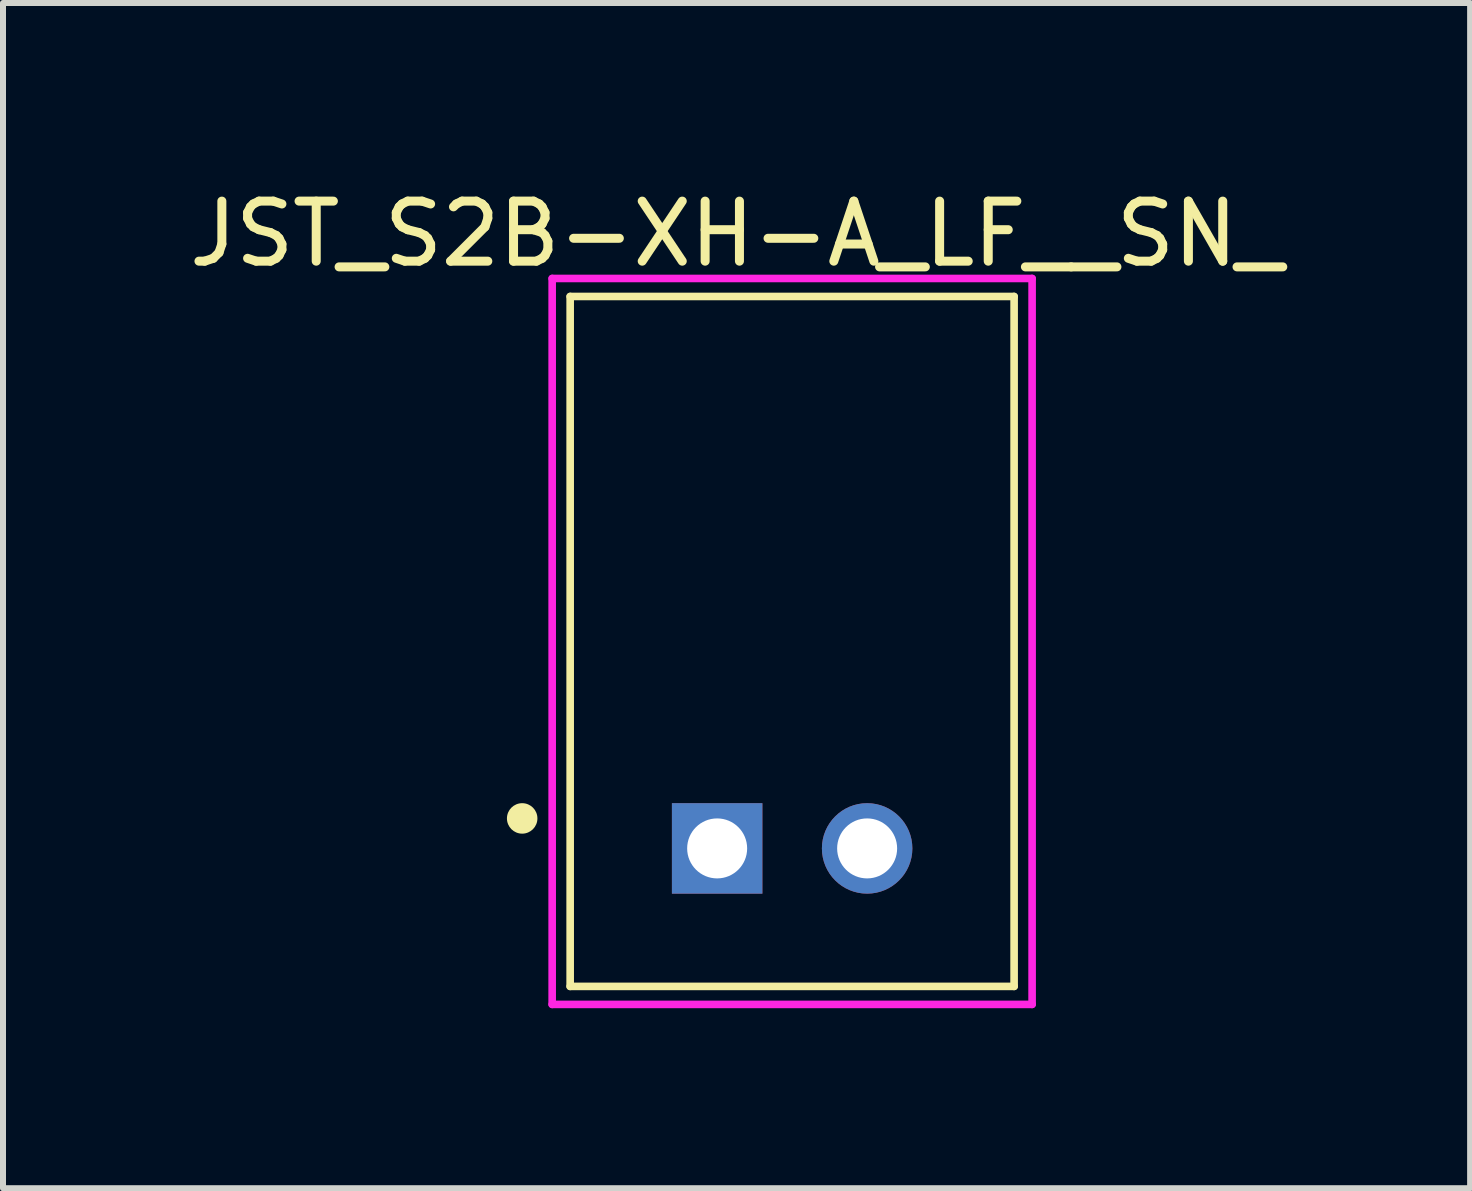
<source format=kicad_pcb>
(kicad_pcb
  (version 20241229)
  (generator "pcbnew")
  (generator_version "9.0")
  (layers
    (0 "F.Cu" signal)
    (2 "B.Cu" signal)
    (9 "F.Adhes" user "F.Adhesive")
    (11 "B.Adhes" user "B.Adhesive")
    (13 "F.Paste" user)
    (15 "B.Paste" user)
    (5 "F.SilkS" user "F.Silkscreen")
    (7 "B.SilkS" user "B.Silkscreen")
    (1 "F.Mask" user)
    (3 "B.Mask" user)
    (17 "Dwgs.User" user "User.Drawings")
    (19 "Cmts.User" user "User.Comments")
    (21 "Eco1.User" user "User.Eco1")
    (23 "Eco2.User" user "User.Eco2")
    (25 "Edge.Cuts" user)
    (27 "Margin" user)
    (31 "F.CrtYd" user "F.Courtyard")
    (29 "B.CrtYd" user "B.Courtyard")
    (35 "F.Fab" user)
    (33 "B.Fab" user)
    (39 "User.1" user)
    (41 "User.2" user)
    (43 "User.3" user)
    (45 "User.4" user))
  (footprint "JST_S2B-XH-A_LF__SN_"
    (layer "F.Cu")
    (at 10.154 11.092)
    (property "Reference" "JST_S2B-XH-A_LF__SN_" (at -0.926 -10.244 0) (layer "F.SilkS") (effects (font (size 1.001 1.001) (thickness 0.15))))
    (attr through_hole)
    (fp_line (start -3.7 -9.2) (end 3.7 -9.2) (stroke (width 0.127) (type solid)) (layer "F.SilkS"))
    (fp_line (start -3.7 2.3) (end -3.7 -9.2) (stroke (width 0.127) (type solid)) (layer "F.SilkS"))
    (fp_line (start 3.7 -9.2) (end 3.7 2.3) (stroke (width 0.127) (type solid)) (layer "F.SilkS"))
    (fp_line (start 3.7 2.3) (end -3.7 2.3) (stroke (width 0.127) (type solid)) (layer "F.SilkS"))
    (fp_circle (center -4.5 -0.5) (end -4.246 -0.5) (stroke (width 0) (type solid)) (fill yes) (layer "F.SilkS"))
    (fp_line (start -4 -9.5) (end 4 -9.5) (stroke (width 0.127) (type solid)) (layer "F.CrtYd"))
    (fp_line (start -4 2.6) (end -4 -9.5) (stroke (width 0.127) (type solid)) (layer "F.CrtYd"))
    (fp_line (start 4 -9.5) (end 4 2.6) (stroke (width 0.127) (type solid)) (layer "F.CrtYd"))
    (fp_line (start 4 2.6) (end -4 2.6) (stroke (width 0.127) (type solid)) (layer "F.CrtYd"))
    (pad "1" thru_hole rect (at -1.25 0) (size 1.508 1.508) (drill 1) (layers "*.Cu" "*.Mask"))
    (pad "2" thru_hole circle (at 1.25 0) (size 1.508 1.508) (drill 1) (layers "*.Cu" "*.Mask")))
  (gr_rect
    (start -3 -3)
    (end 21.455 16.756)
    (stroke (width 0.1) (type default))
    (fill no)
    (layer "Edge.Cuts")))
</source>
